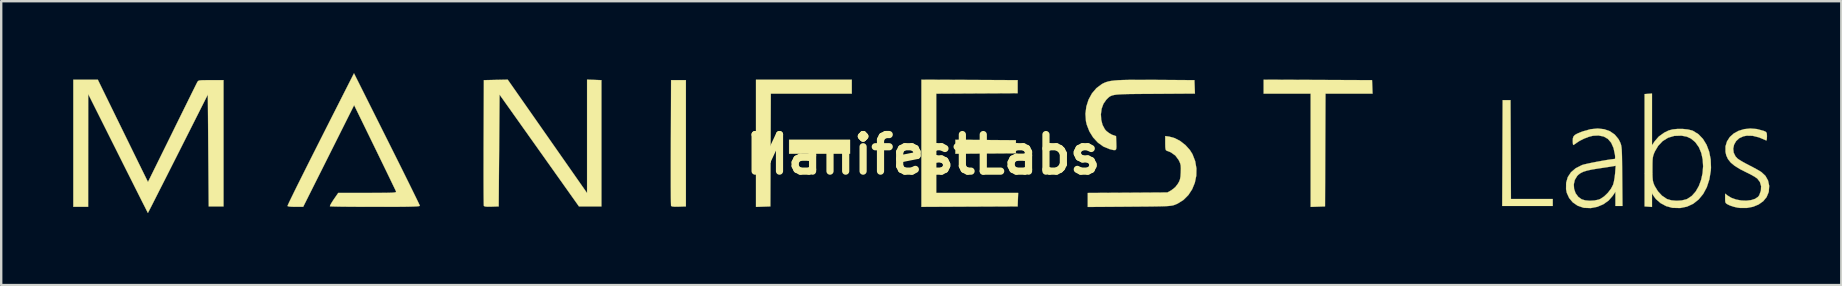
<source format=kicad_pcb>
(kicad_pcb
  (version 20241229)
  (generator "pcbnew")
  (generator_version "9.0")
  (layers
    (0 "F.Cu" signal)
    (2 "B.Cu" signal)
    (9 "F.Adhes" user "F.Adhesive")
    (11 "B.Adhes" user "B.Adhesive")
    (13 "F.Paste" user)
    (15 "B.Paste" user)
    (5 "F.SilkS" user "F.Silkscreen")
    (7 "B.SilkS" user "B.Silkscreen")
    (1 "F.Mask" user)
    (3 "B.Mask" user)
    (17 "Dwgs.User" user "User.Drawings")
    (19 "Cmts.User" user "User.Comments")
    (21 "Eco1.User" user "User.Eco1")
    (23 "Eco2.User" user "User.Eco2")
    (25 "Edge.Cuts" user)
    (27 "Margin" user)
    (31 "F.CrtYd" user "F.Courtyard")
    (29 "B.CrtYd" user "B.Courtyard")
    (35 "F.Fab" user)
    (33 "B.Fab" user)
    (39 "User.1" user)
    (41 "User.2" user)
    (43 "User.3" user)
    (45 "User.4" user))
  (footprint "ManifestLabs"
    (layer "F.Cu")
    (at 35.42 3.392)
    (property "Reference" "ManifestLabs" (at 0 0 0) (layer "F.SilkS") (effects (font (size 1.524 1.524) (thickness 0.3))))
    (attr through_hole)
    (fp_poly (pts (xy -3.048 -0.036) (xy -5.588 -0.036) (xy -5.588 -0.617) (xy -3.048 -0.617) (xy -3.048 -0.036)) (stroke (width 0.01) (type solid)) (fill yes) (layer "F.SilkS"))
    (fp_poly (pts (xy 2.603 -0.608) (xy 3.864 -0.599) (xy 3.864 -0.054) (xy 2.603 -0.045) (xy 1.343 -0.035) (xy 1.343 -0.618) (xy 2.603 -0.608)) (stroke (width 0.01) (type solid)) (fill yes) (layer "F.SilkS"))
    (fp_poly (pts (xy -2.975 -2.54) (xy -6.349 -2.54) (xy -6.359 -0.191) (xy -6.368 2.159) (xy -6.967 2.18) (xy -6.967 -3.121) (xy -2.975 -3.121) (xy -2.975 -2.54)) (stroke (width 0.01) (type solid)) (fill yes) (layer "F.SilkS"))
    (fp_poly (pts (xy 24.484 -0.209) (xy 24.493 1.851) (xy 26.235 1.851) (xy 26.235 2.141) (xy 24.129 2.141) (xy 24.139 -0.064) (xy 24.148 -2.268) (xy 24.475 -2.268) (xy 24.484 -0.209)) (stroke (width 0.01) (type solid)) (fill yes) (layer "F.SilkS"))
    (fp_poly (pts (xy 18.705 -3.102) (xy 18.716 -2.821) (xy 18.726 -2.54) (xy 16.765 -2.54) (xy 16.755 -0.191) (xy 16.746 2.159) (xy 16.147 2.18) (xy 16.147 -2.54) (xy 14.188 -2.54) (xy 14.188 -3.121) (xy 18.705 -3.102)) (stroke (width 0.01) (type solid)) (fill yes) (layer "F.SilkS"))
    (fp_poly (pts (xy 1.932 -3.112) (xy 3.937 -3.102) (xy 3.937 -2.558) (xy 2.241 -2.549) (xy 0.544 -2.539) (xy 0.544 1.597) (xy 3.958 1.597) (xy 3.937 2.159) (xy 1.932 2.168) (xy -0.073 2.178) (xy -0.073 -3.121) (xy 1.932 -3.112)) (stroke (width 0.01) (type solid)) (fill yes) (layer "F.SilkS"))
    (fp_poly (pts (xy -9.888 2.159) (xy -10.188 2.17) (xy -10.35 2.172) (xy -10.451 2.163) (xy -10.499 2.143) (xy -10.506 2.133) (xy -10.508 2.09) (xy -10.511 1.98) (xy -10.513 1.81) (xy -10.514 1.584) (xy -10.516 1.309) (xy -10.516 0.992) (xy -10.516 0.636) (xy -10.516 0.25) (xy -10.515 -0.162) (xy -10.514 -0.508) (xy -10.505 -3.102) (xy -9.888 -3.102) (xy -9.888 2.159)) (stroke (width 0.01) (type solid)) (fill yes) (layer "F.SilkS"))
    (fp_poly (pts (xy -13.707 -3.113) (xy -13.408 -3.102) (xy -13.408 2.159) (xy -14.344 2.159) (xy -15.998 -0.17) (xy -17.653 -2.5) (xy -17.671 -0.17) (xy -17.689 2.159) (xy -17.989 2.17) (xy -18.152 2.172) (xy -18.252 2.163) (xy -18.301 2.143) (xy -18.307 2.133) (xy -18.31 2.09) (xy -18.312 1.98) (xy -18.314 1.81) (xy -18.316 1.584) (xy -18.317 1.309) (xy -18.318 0.992) (xy -18.318 0.636) (xy -18.317 0.25) (xy -18.317 -0.162) (xy -18.316 -0.508) (xy -18.306 -3.102) (xy -17.809 -3.113) (xy -17.313 -3.123) (xy -15.659 -0.759) (xy -14.006 1.604) (xy -14.006 -0.76) (xy -14.006 -3.124) (xy -13.707 -3.113)) (stroke (width 0.01) (type solid)) (fill yes) (layer "F.SilkS"))
    (fp_poly (pts (xy 10.254 -0.749) (xy 10.485 -0.685) (xy 10.715 -0.563) (xy 10.93 -0.395) (xy 11.112 -0.193) (xy 11.222 -0.018) (xy 11.335 0.274) (xy 11.387 0.576) (xy 11.381 0.878) (xy 11.321 1.171) (xy 11.21 1.443) (xy 11.05 1.687) (xy 10.846 1.89) (xy 10.6 2.044) (xy 10.53 2.074) (xy 10.481 2.094) (xy 10.432 2.11) (xy 10.377 2.123) (xy 10.309 2.133) (xy 10.222 2.142) (xy 10.108 2.149) (xy 9.96 2.154) (xy 9.772 2.158) (xy 9.537 2.162) (xy 9.249 2.165) (xy 8.899 2.167) (xy 8.591 2.17) (xy 6.858 2.182) (xy 6.858 1.599) (xy 8.518 1.589) (xy 10.178 1.578) (xy 10.34 1.488) (xy 10.503 1.359) (xy 10.612 1.219) (xy 10.669 1.118) (xy 10.703 1.025) (xy 10.723 0.914) (xy 10.733 0.76) (xy 10.734 0.729) (xy 10.738 0.569) (xy 10.732 0.457) (xy 10.711 0.367) (xy 10.67 0.273) (xy 10.644 0.222) (xy 10.508 0.039) (xy 10.319 -0.095) (xy 10.151 -0.161) (xy 10.119 -0.18) (xy 10.1 -0.227) (xy 10.09 -0.314) (xy 10.087 -0.458) (xy 10.087 -0.476) (xy 10.087 -0.772) (xy 10.254 -0.749)) (stroke (width 0.01) (type solid)) (fill yes) (layer "F.SilkS"))
    (fp_poly (pts (xy 9.216 -3.115) (xy 9.634 -3.113) (xy 9.706 -3.113) (xy 11.303 -3.102) (xy 11.314 -2.823) (xy 11.324 -2.543) (xy 9.644 -2.532) (xy 9.24 -2.53) (xy 8.901 -2.527) (xy 8.621 -2.524) (xy 8.394 -2.519) (xy 8.213 -2.511) (xy 8.07 -2.501) (xy 7.96 -2.485) (xy 7.876 -2.465) (xy 7.811 -2.439) (xy 7.758 -2.407) (xy 7.71 -2.366) (xy 7.662 -2.318) (xy 7.626 -2.281) (xy 7.51 -2.114) (xy 7.436 -1.909) (xy 7.406 -1.682) (xy 7.419 -1.452) (xy 7.474 -1.237) (xy 7.572 -1.054) (xy 7.633 -0.985) (xy 7.742 -0.899) (xy 7.864 -0.83) (xy 7.897 -0.817) (xy 8.037 -0.769) (xy 8.048 -0.475) (xy 8.052 -0.321) (xy 8.043 -0.229) (xy 8.007 -0.189) (xy 7.932 -0.189) (xy 7.806 -0.219) (xy 7.758 -0.232) (xy 7.509 -0.335) (xy 7.281 -0.499) (xy 7.083 -0.713) (xy 6.926 -0.966) (xy 6.817 -1.247) (xy 6.783 -1.393) (xy 6.762 -1.701) (xy 6.8 -2.004) (xy 6.892 -2.291) (xy 7.034 -2.551) (xy 7.22 -2.77) (xy 7.445 -2.937) (xy 7.462 -2.947) (xy 7.541 -2.987) (xy 7.623 -3.02) (xy 7.715 -3.047) (xy 7.824 -3.069) (xy 7.957 -3.086) (xy 8.12 -3.099) (xy 8.321 -3.108) (xy 8.566 -3.113) (xy 8.862 -3.115) (xy 9.216 -3.115)) (stroke (width 0.01) (type solid)) (fill yes) (layer "F.SilkS"))
    (fp_poly (pts (xy -33.599 -1.497) (xy -33.432 -1.156) (xy -33.267 -0.819) (xy -33.107 -0.493) (xy -32.958 -0.188) (xy -32.823 0.087) (xy -32.707 0.324) (xy -32.614 0.512) (xy -32.554 0.635) (xy -32.304 1.142) (xy -31.302 -0.889) (xy -31.125 -1.25) (xy -30.956 -1.592) (xy -30.798 -1.912) (xy -30.655 -2.202) (xy -30.529 -2.457) (xy -30.423 -2.671) (xy -30.34 -2.838) (xy -30.283 -2.953) (xy -30.254 -3.009) (xy -30.253 -3.012) (xy -30.232 -3.047) (xy -30.206 -3.072) (xy -30.162 -3.088) (xy -30.088 -3.097) (xy -29.973 -3.101) (xy -29.803 -3.102) (xy -29.68 -3.102) (xy -29.156 -3.102) (xy -29.156 2.159) (xy -29.772 2.159) (xy -29.809 -2.502) (xy -31.054 -0.035) (xy -31.253 0.358) (xy -31.442 0.732) (xy -31.619 1.082) (xy -31.782 1.402) (xy -31.927 1.688) (xy -32.052 1.935) (xy -32.155 2.138) (xy -32.234 2.291) (xy -32.285 2.39) (xy -32.306 2.431) (xy -32.306 2.431) (xy -32.323 2.4) (xy -32.37 2.308) (xy -32.444 2.161) (xy -32.544 1.965) (xy -32.665 1.724) (xy -32.807 1.442) (xy -32.966 1.125) (xy -33.14 0.779) (xy -33.327 0.407) (xy -33.523 0.015) (xy -33.553 -0.045) (xy -34.794 -2.522) (xy -34.796 -0.172) (xy -34.798 2.177) (xy -35.415 2.177) (xy -35.415 -3.121) (xy -34.394 -3.121) (xy -33.599 -1.497)) (stroke (width 0.01) (type solid)) (fill yes) (layer "F.SilkS"))
    (fp_poly (pts (xy -22.348 -0.65) (xy -22.14 -0.234) (xy -21.941 0.164) (xy -21.754 0.539) (xy -21.582 0.886) (xy -21.426 1.201) (xy -21.29 1.478) (xy -21.175 1.712) (xy -21.083 1.9) (xy -21.018 2.035) (xy -20.982 2.113) (xy -20.975 2.132) (xy -20.989 2.142) (xy -21.034 2.151) (xy -21.116 2.159) (xy -21.24 2.164) (xy -21.41 2.169) (xy -21.631 2.173) (xy -21.907 2.175) (xy -22.245 2.176) (xy -22.649 2.177) (xy -22.836 2.177) (xy -23.197 2.177) (xy -23.535 2.175) (xy -23.845 2.173) (xy -24.119 2.171) (xy -24.35 2.168) (xy -24.531 2.164) (xy -24.656 2.16) (xy -24.717 2.156) (xy -24.721 2.154) (xy -24.712 2.116) (xy -24.669 2.034) (xy -24.599 1.922) (xy -24.56 1.864) (xy -24.375 1.597) (xy -23.16 1.597) (xy -22.831 1.596) (xy -22.567 1.596) (xy -22.362 1.594) (xy -22.209 1.59) (xy -22.1 1.586) (xy -22.028 1.578) (xy -21.986 1.569) (xy -21.968 1.556) (xy -21.966 1.54) (xy -21.968 1.533) (xy -21.988 1.489) (xy -22.037 1.386) (xy -22.112 1.231) (xy -22.209 1.029) (xy -22.327 0.786) (xy -22.461 0.509) (xy -22.609 0.205) (xy -22.767 -0.121) (xy -22.852 -0.295) (xy -23.713 -2.06) (xy -24.774 0.058) (xy -25.836 2.177) (xy -26.162 2.177) (xy -26.32 2.173) (xy -26.431 2.163) (xy -26.485 2.146) (xy -26.489 2.141) (xy -26.472 2.097) (xy -26.423 1.99) (xy -26.342 1.822) (xy -26.231 1.594) (xy -26.089 1.306) (xy -25.917 0.962) (xy -25.717 0.562) (xy -25.489 0.108) (xy -25.233 -0.399) (xy -24.951 -0.957) (xy -24.643 -1.566) (xy -24.592 -1.666) (xy -23.719 -3.387) (xy -22.348 -0.65)) (stroke (width 0.01) (type solid)) (fill yes) (layer "F.SilkS"))
    (fp_poly (pts (xy 34.74 -1.065) (xy 35.019 -0.99) (xy 35.061 -0.974) (xy 35.121 -0.943) (xy 35.151 -0.895) (xy 35.16 -0.809) (xy 35.161 -0.755) (xy 35.156 -0.655) (xy 35.144 -0.596) (xy 35.134 -0.588) (xy 34.834 -0.716) (xy 34.565 -0.783) (xy 34.321 -0.788) (xy 34.182 -0.762) (xy 34.008 -0.684) (xy 33.876 -0.562) (xy 33.791 -0.412) (xy 33.756 -0.246) (xy 33.775 -0.079) (xy 33.852 0.076) (xy 33.935 0.165) (xy 34.015 0.22) (xy 34.14 0.296) (xy 34.293 0.38) (xy 34.414 0.443) (xy 34.581 0.529) (xy 34.74 0.616) (xy 34.871 0.692) (xy 34.934 0.732) (xy 35.099 0.887) (xy 35.207 1.081) (xy 35.255 1.302) (xy 35.238 1.539) (xy 35.232 1.566) (xy 35.147 1.771) (xy 35.005 1.943) (xy 34.814 2.079) (xy 34.583 2.174) (xy 34.322 2.224) (xy 34.039 2.223) (xy 33.928 2.208) (xy 33.779 2.174) (xy 33.631 2.125) (xy 33.574 2.1) (xy 33.485 2.054) (xy 33.439 2.011) (xy 33.422 1.945) (xy 33.419 1.832) (xy 33.419 1.628) (xy 33.513 1.701) (xy 33.68 1.803) (xy 33.877 1.873) (xy 34.088 1.912) (xy 34.299 1.921) (xy 34.496 1.898) (xy 34.665 1.845) (xy 34.79 1.761) (xy 34.839 1.697) (xy 34.909 1.504) (xy 34.918 1.315) (xy 34.868 1.142) (xy 34.76 1.001) (xy 34.752 0.994) (xy 34.665 0.934) (xy 34.535 0.857) (xy 34.385 0.779) (xy 34.326 0.751) (xy 34.04 0.607) (xy 33.818 0.47) (xy 33.653 0.333) (xy 33.538 0.189) (xy 33.466 0.033) (xy 33.434 -0.112) (xy 33.434 -0.344) (xy 33.497 -0.551) (xy 33.613 -0.731) (xy 33.777 -0.879) (xy 33.979 -0.99) (xy 34.212 -1.061) (xy 34.468 -1.087) (xy 34.74 -1.065)) (stroke (width 0.01) (type solid)) (fill yes) (layer "F.SilkS"))
    (fp_poly (pts (xy 30.371 -0.387) (xy 30.484 -0.557) (xy 30.653 -0.751) (xy 30.879 -0.914) (xy 31.065 -1.005) (xy 31.228 -1.049) (xy 31.434 -1.07) (xy 31.656 -1.069) (xy 31.868 -1.047) (xy 32.044 -1.004) (xy 32.083 -0.988) (xy 32.307 -0.849) (xy 32.496 -0.652) (xy 32.646 -0.406) (xy 32.754 -0.118) (xy 32.817 0.201) (xy 32.829 0.545) (xy 32.822 0.664) (xy 32.762 1.032) (xy 32.655 1.36) (xy 32.504 1.641) (xy 32.313 1.872) (xy 32.087 2.05) (xy 31.829 2.169) (xy 31.544 2.227) (xy 31.236 2.219) (xy 31.206 2.215) (xy 30.954 2.145) (xy 30.724 2.02) (xy 30.533 1.852) (xy 30.438 1.724) (xy 30.371 1.615) (xy 30.371 1.898) (xy 30.371 2.181) (xy 30.217 2.17) (xy 30.063 2.159) (xy 30.063 0.599) (xy 30.39 0.599) (xy 30.39 0.805) (xy 30.395 0.955) (xy 30.404 1.065) (xy 30.422 1.151) (xy 30.449 1.23) (xy 30.484 1.309) (xy 30.618 1.529) (xy 30.788 1.713) (xy 30.98 1.843) (xy 31.002 1.854) (xy 31.18 1.906) (xy 31.392 1.924) (xy 31.608 1.911) (xy 31.797 1.865) (xy 31.841 1.847) (xy 32.033 1.718) (xy 32.195 1.534) (xy 32.324 1.308) (xy 32.419 1.05) (xy 32.479 0.772) (xy 32.501 0.486) (xy 32.484 0.204) (xy 32.426 -0.064) (xy 32.327 -0.304) (xy 32.184 -0.506) (xy 32.16 -0.531) (xy 31.997 -0.666) (xy 31.823 -0.747) (xy 31.611 -0.787) (xy 31.586 -0.789) (xy 31.3 -0.779) (xy 31.042 -0.703) (xy 30.817 -0.564) (xy 30.628 -0.364) (xy 30.494 -0.136) (xy 30.452 -0.041) (xy 30.424 0.041) (xy 30.405 0.128) (xy 30.395 0.236) (xy 30.391 0.382) (xy 30.39 0.583) (xy 30.39 0.599) (xy 30.063 0.599) (xy 30.063 -2.522) (xy 30.217 -2.533) (xy 30.371 -2.544) (xy 30.371 -0.387)) (stroke (width 0.01) (type solid)) (fill yes) (layer "F.SilkS"))
    (fp_poly (pts (xy 28.378 -1.058) (xy 28.617 -0.974) (xy 28.818 -0.835) (xy 28.975 -0.645) (xy 29.033 -0.535) (xy 29.056 -0.482) (xy 29.075 -0.43) (xy 29.09 -0.372) (xy 29.101 -0.298) (xy 29.11 -0.201) (xy 29.116 -0.072) (xy 29.121 0.097) (xy 29.124 0.315) (xy 29.127 0.589) (xy 29.13 0.898) (xy 29.141 2.141) (xy 28.847 2.141) (xy 28.847 1.548) (xy 28.734 1.718) (xy 28.562 1.916) (xy 28.342 2.071) (xy 28.09 2.177) (xy 27.821 2.229) (xy 27.551 2.219) (xy 27.506 2.211) (xy 27.27 2.129) (xy 27.071 1.992) (xy 26.918 1.809) (xy 26.819 1.591) (xy 26.79 1.439) (xy 26.793 1.24) (xy 27.112 1.24) (xy 27.125 1.431) (xy 27.188 1.611) (xy 27.3 1.763) (xy 27.44 1.863) (xy 27.587 1.907) (xy 27.772 1.924) (xy 27.968 1.913) (xy 28.144 1.877) (xy 28.218 1.848) (xy 28.375 1.744) (xy 28.53 1.595) (xy 28.662 1.424) (xy 28.749 1.256) (xy 28.753 1.244) (xy 28.784 1.124) (xy 28.813 0.963) (xy 28.833 0.793) (xy 28.835 0.77) (xy 28.858 0.466) (xy 28.735 0.487) (xy 28.652 0.501) (xy 28.516 0.522) (xy 28.345 0.548) (xy 28.156 0.576) (xy 28.135 0.579) (xy 27.871 0.622) (xy 27.668 0.666) (xy 27.513 0.714) (xy 27.395 0.771) (xy 27.303 0.84) (xy 27.253 0.891) (xy 27.154 1.055) (xy 27.112 1.24) (xy 26.793 1.24) (xy 26.794 1.173) (xy 26.862 0.938) (xy 26.995 0.736) (xy 27.19 0.57) (xy 27.447 0.44) (xy 27.464 0.433) (xy 27.551 0.408) (xy 27.692 0.376) (xy 27.872 0.338) (xy 28.073 0.299) (xy 28.281 0.261) (xy 28.477 0.227) (xy 28.646 0.201) (xy 28.772 0.185) (xy 28.822 0.182) (xy 28.835 0.149) (xy 28.834 0.067) (xy 28.828 0.009) (xy 28.768 -0.274) (xy 28.67 -0.494) (xy 28.533 -0.654) (xy 28.357 -0.754) (xy 28.139 -0.796) (xy 27.913 -0.785) (xy 27.739 -0.742) (xy 27.542 -0.666) (xy 27.352 -0.57) (xy 27.227 -0.488) (xy 27.149 -0.432) (xy 27.097 -0.401) (xy 27.09 -0.399) (xy 27.078 -0.432) (xy 27.071 -0.515) (xy 27.069 -0.58) (xy 27.075 -0.68) (xy 27.1 -0.755) (xy 27.155 -0.816) (xy 27.252 -0.872) (xy 27.402 -0.935) (xy 27.497 -0.97) (xy 27.812 -1.058) (xy 28.108 -1.087) (xy 28.378 -1.058)) (stroke (width 0.01) (type solid)) (fill yes) (layer "F.SilkS")))
  (gr_rect
    (start -3 -3)
    (end 73.68 8.828)
    (stroke (width 0.1) (type default))
    (fill no)
    (layer "Edge.Cuts")))
</source>
